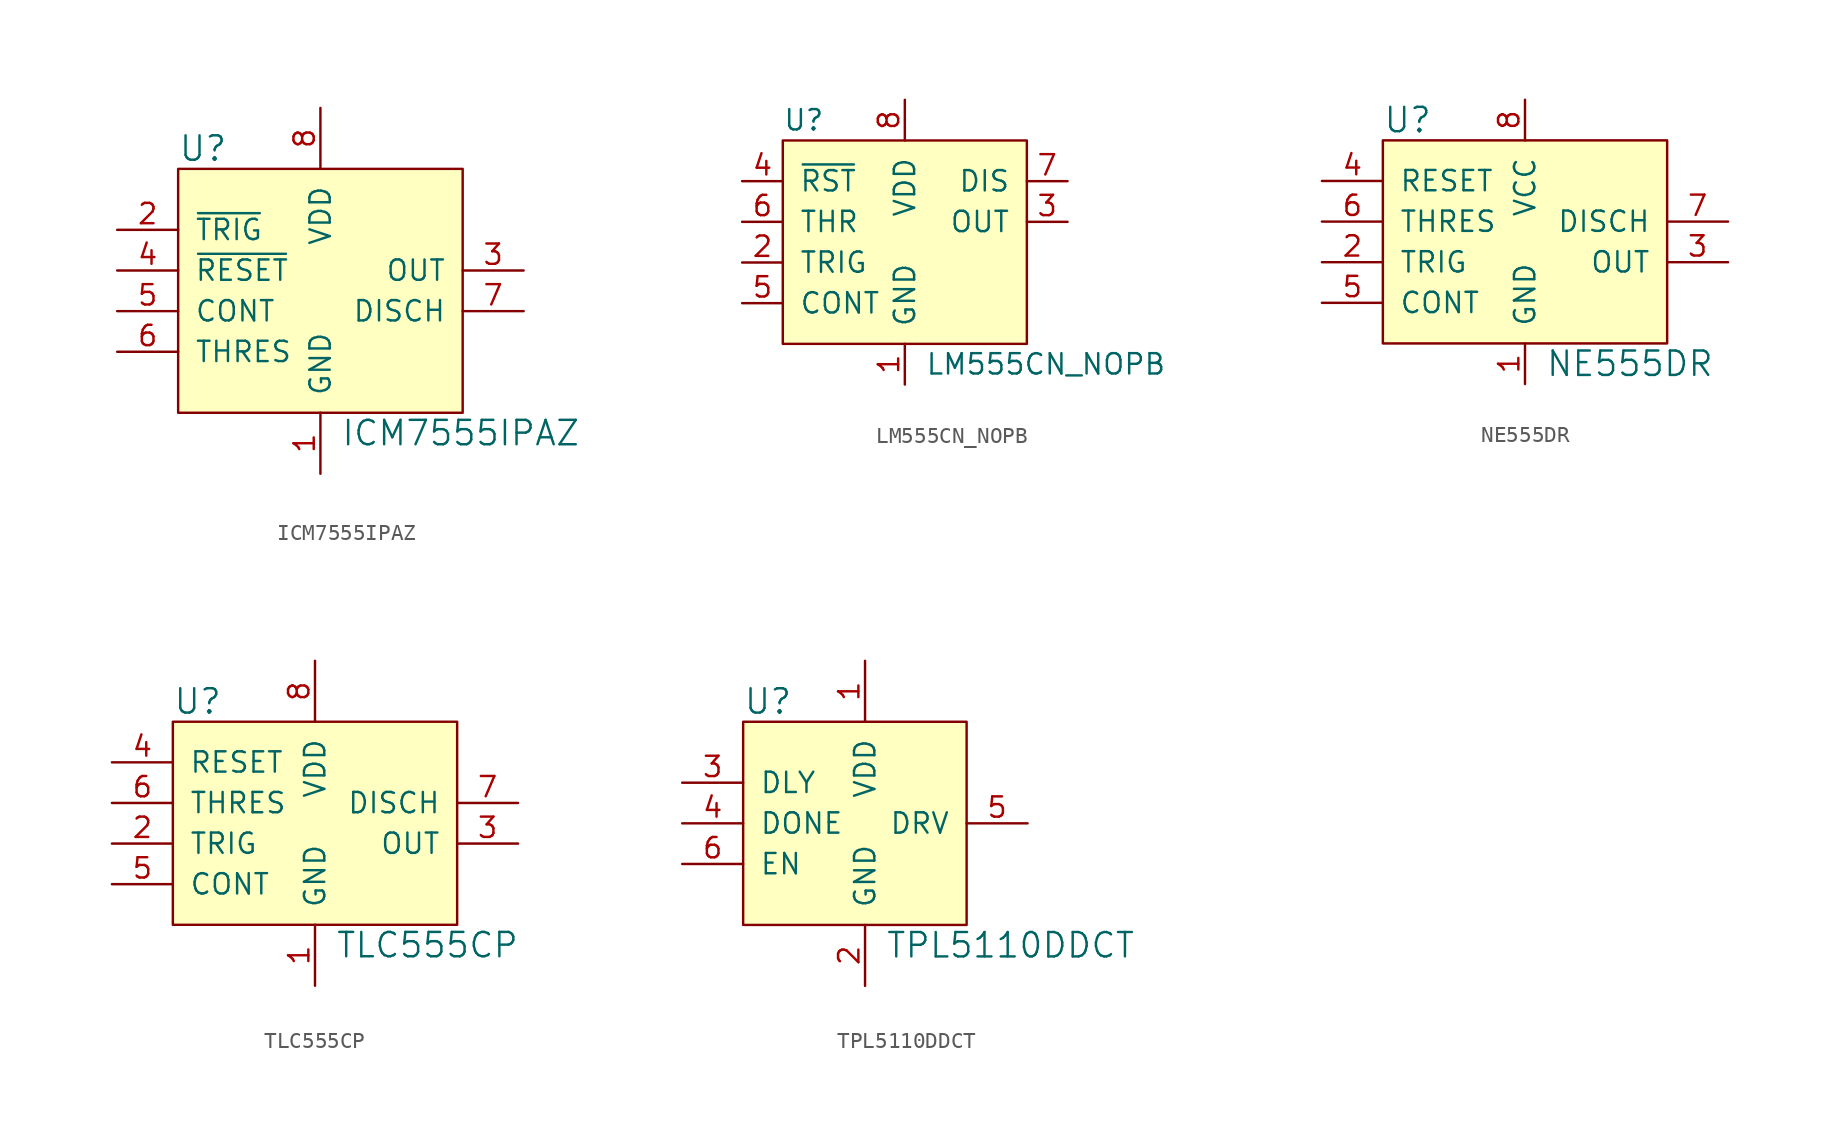
<source format=kicad_sym>
(kicad_symbol_lib
  (version 20220914)
  (generator kicad_symbol_editor)
  (symbol "ICM7555IPAZ"
    (pin_names
      (offset 1.016))
    (property "Reference" "U"
      (at -8.89 7.62 0)
      (effects (font (size 1.524 1.524)) (justify left)))
    (property "Value" "ICM7555IPAZ"
      (at 1.27 -10.16 0)
      (effects (font (size 1.524 1.524)) (justify left)))
    (symbol "ICM7555IPAZ_1_1"
      (rectangle (start -8.89 6.35) (end 8.89 -8.89) (stroke (width 0) (type default)) (fill (type background)))
      (pin power_in line (at 0 -12.7 90) (length 3.81) (name "GND" (effects (font (size 1.27 1.27)))) (number "1" (effects (font (size 1.27 1.27)))))
      (pin input line (at -12.7 2.54 0) (length 3.81) (name "~{TRIG}" (effects (font (size 1.27 1.27)))) (number "2" (effects (font (size 1.27 1.27)))))
      (pin output line (at 12.7 0 180) (length 3.81) (name "OUT" (effects (font (size 1.27 1.27)))) (number "3" (effects (font (size 1.27 1.27)))))
      (pin input line (at -12.7 0 0) (length 3.81) (name "~{RESET}" (effects (font (size 1.27 1.27)))) (number "4" (effects (font (size 1.27 1.27)))))
      (pin input line (at -12.7 -2.54 0) (length 3.81) (name "CONT" (effects (font (size 1.27 1.27)))) (number "5" (effects (font (size 1.27 1.27)))))
      (pin input line (at -12.7 -5.08 0) (length 3.81) (name "THRES" (effects (font (size 1.27 1.27)))) (number "6" (effects (font (size 1.27 1.27)))))
      (pin output line (at 12.7 -2.54 180) (length 3.81) (name "DISCH" (effects (font (size 1.27 1.27)))) (number "7" (effects (font (size 1.27 1.27)))))
      (pin power_in line (at 0 10.16 270) (length 3.81) (name "VDD" (effects (font (size 1.27 1.27)))) (number "8" (effects (font (size 1.27 1.27)))))))
  (symbol "LM555CN_NOPB"
    (pin_names
      (offset 1.016))
    (property "Reference" "U"
      (at -7.62 6.35 0)
      (effects (font (size 1.27 1.27)) (justify left)))
    (property "Value" "LM555CN_NOPB"
      (at 1.27 -8.89 0)
      (effects (font (size 1.27 1.27)) (justify left)))
    (symbol "LM555CN_NOPB_0_1"
      (rectangle (start -7.62 5.08) (end 7.62 -7.62) (stroke (width 0) (type default)) (fill (type background))))
    (symbol "LM555CN_NOPB_1_1"
      (pin power_in line (at 0 -10.16 90) (length 2.54) (name "GND" (effects (font (size 1.27 1.27)))) (number "1" (effects (font (size 1.27 1.27)))))
      (pin input line (at -10.16 -2.54 0) (length 2.54) (name "TRIG" (effects (font (size 1.27 1.27)))) (number "2" (effects (font (size 1.27 1.27)))))
      (pin output line (at 10.16 0 180) (length 2.54) (name "OUT" (effects (font (size 1.27 1.27)))) (number "3" (effects (font (size 1.27 1.27)))))
      (pin input line (at -10.16 2.54 0) (length 2.54) (name "~{RST}" (effects (font (size 1.27 1.27)))) (number "4" (effects (font (size 1.27 1.27)))))
      (pin input line (at -10.16 -5.08 0) (length 2.54) (name "CONT" (effects (font (size 1.27 1.27)))) (number "5" (effects (font (size 1.27 1.27)))))
      (pin input line (at -10.16 0 0) (length 2.54) (name "THR" (effects (font (size 1.27 1.27)))) (number "6" (effects (font (size 1.27 1.27)))))
      (pin output line (at 10.16 2.54 180) (length 2.54) (name "DIS" (effects (font (size 1.27 1.27)))) (number "7" (effects (font (size 1.27 1.27)))))
      (pin power_in line (at 0 7.62 270) (length 2.54) (name "VDD" (effects (font (size 1.27 1.27)))) (number "8" (effects (font (size 1.27 1.27)))))))
  (symbol "NE555DR"
    (pin_names
      (offset 1.016))
    (property "Reference" "U"
      (at -8.89 1.27 0)
      (effects (font (size 1.524 1.524)) (justify left)))
    (property "Value" "NE555DR"
      (at 1.27 -13.97 0)
      (effects (font (size 1.524 1.524)) (justify left)))
    (symbol "NE555DR_0_1"
      (rectangle (start -8.89 0) (end 8.89 -12.7) (stroke (width 0) (type default)) (fill (type background))))
    (symbol "NE555DR_1_1"
      (pin power_in line (at 0 -15.24 90) (length 2.54) (name "GND" (effects (font (size 1.27 1.27)))) (number "1" (effects (font (size 1.27 1.27)))))
      (pin input line (at -12.7 -7.62 0) (length 3.81) (name "TRIG" (effects (font (size 1.27 1.27)))) (number "2" (effects (font (size 1.27 1.27)))))
      (pin output line (at 12.7 -7.62 180) (length 3.81) (name "OUT" (effects (font (size 1.27 1.27)))) (number "3" (effects (font (size 1.27 1.27)))))
      (pin input line (at -12.7 -2.54 0) (length 3.81) (name "RESET" (effects (font (size 1.27 1.27)))) (number "4" (effects (font (size 1.27 1.27)))))
      (pin bidirectional line (at -12.7 -10.16 0) (length 3.81) (name "CONT" (effects (font (size 1.27 1.27)))) (number "5" (effects (font (size 1.27 1.27)))))
      (pin input line (at -12.7 -5.08 0) (length 3.81) (name "THRES" (effects (font (size 1.27 1.27)))) (number "6" (effects (font (size 1.27 1.27)))))
      (pin output line (at 12.7 -5.08 180) (length 3.81) (name "DISCH" (effects (font (size 1.27 1.27)))) (number "7" (effects (font (size 1.27 1.27)))))
      (pin power_in line (at 0 2.54 270) (length 2.54) (name "VCC" (effects (font (size 1.27 1.27)))) (number "8" (effects (font (size 1.27 1.27)))))))
  (symbol "TLC555CP"
    (pin_names
      (offset 1.016))
    (property "Reference" "U"
      (at -8.89 1.27 0)
      (effects (font (size 1.524 1.524)) (justify left)))
    (property "Value" "TLC555CP"
      (at 1.27 -13.97 0)
      (effects (font (size 1.524 1.524)) (justify left)))
    (symbol "TLC555CP_0_1"
      (rectangle (start -8.89 0) (end 8.89 -12.7) (stroke (width 0) (type default)) (fill (type background))))
    (symbol "TLC555CP_1_1"
      (pin power_in line (at 0 -16.51 90) (length 3.81) (name "GND" (effects (font (size 1.27 1.27)))) (number "1" (effects (font (size 1.27 1.27)))))
      (pin input line (at -12.7 -7.62 0) (length 3.81) (name "TRIG" (effects (font (size 1.27 1.27)))) (number "2" (effects (font (size 1.27 1.27)))))
      (pin output line (at 12.7 -7.62 180) (length 3.81) (name "OUT" (effects (font (size 1.27 1.27)))) (number "3" (effects (font (size 1.27 1.27)))))
      (pin input line (at -12.7 -2.54 0) (length 3.81) (name "RESET" (effects (font (size 1.27 1.27)))) (number "4" (effects (font (size 1.27 1.27)))))
      (pin input line (at -12.7 -10.16 0) (length 3.81) (name "CONT" (effects (font (size 1.27 1.27)))) (number "5" (effects (font (size 1.27 1.27)))))
      (pin input line (at -12.7 -5.08 0) (length 3.81) (name "THRES" (effects (font (size 1.27 1.27)))) (number "6" (effects (font (size 1.27 1.27)))))
      (pin output line (at 12.7 -5.08 180) (length 3.81) (name "DISCH" (effects (font (size 1.27 1.27)))) (number "7" (effects (font (size 1.27 1.27)))))
      (pin power_in line (at 0 3.81 270) (length 3.81) (name "VDD" (effects (font (size 1.27 1.27)))) (number "8" (effects (font (size 1.27 1.27)))))))
  (symbol "TPL5110DDCT"
    (pin_names
      (offset 1.016))
    (property "Reference" "U"
      (at -7.62 7.62 0)
      (effects (font (size 1.524 1.524)) (justify left)))
    (property "Value" "TPL5110DDCT"
      (at 1.27 -7.62 0)
      (effects (font (size 1.524 1.524)) (justify left)))
    (symbol "TPL5110DDCT_0_1"
      (rectangle (start -7.62 6.35) (end 6.35 -6.35) (stroke (width 0) (type default)) (fill (type background))))
    (symbol "TPL5110DDCT_1_1"
      (pin power_in line (at 0 10.16 270) (length 3.81) (name "VDD" (effects (font (size 1.27 1.27)))) (number "1" (effects (font (size 1.27 1.27)))))
      (pin power_in line (at 0 -10.16 90) (length 3.81) (name "GND" (effects (font (size 1.27 1.27)))) (number "2" (effects (font (size 1.27 1.27)))))
      (pin input line (at -11.43 2.54 0) (length 3.81) (name "DLY" (effects (font (size 1.27 1.27)))) (number "3" (effects (font (size 1.27 1.27)))))
      (pin input line (at -11.43 0 0) (length 3.81) (name "DONE" (effects (font (size 1.27 1.27)))) (number "4" (effects (font (size 1.27 1.27)))))
      (pin output line (at 10.16 0 180) (length 3.81) (name "DRV" (effects (font (size 1.27 1.27)))) (number "5" (effects (font (size 1.27 1.27)))))
      (pin input line (at -11.43 -2.54 0) (length 3.81) (name "EN" (effects (font (size 1.27 1.27)))) (number "6" (effects (font (size 1.27 1.27))))))))
</source>
